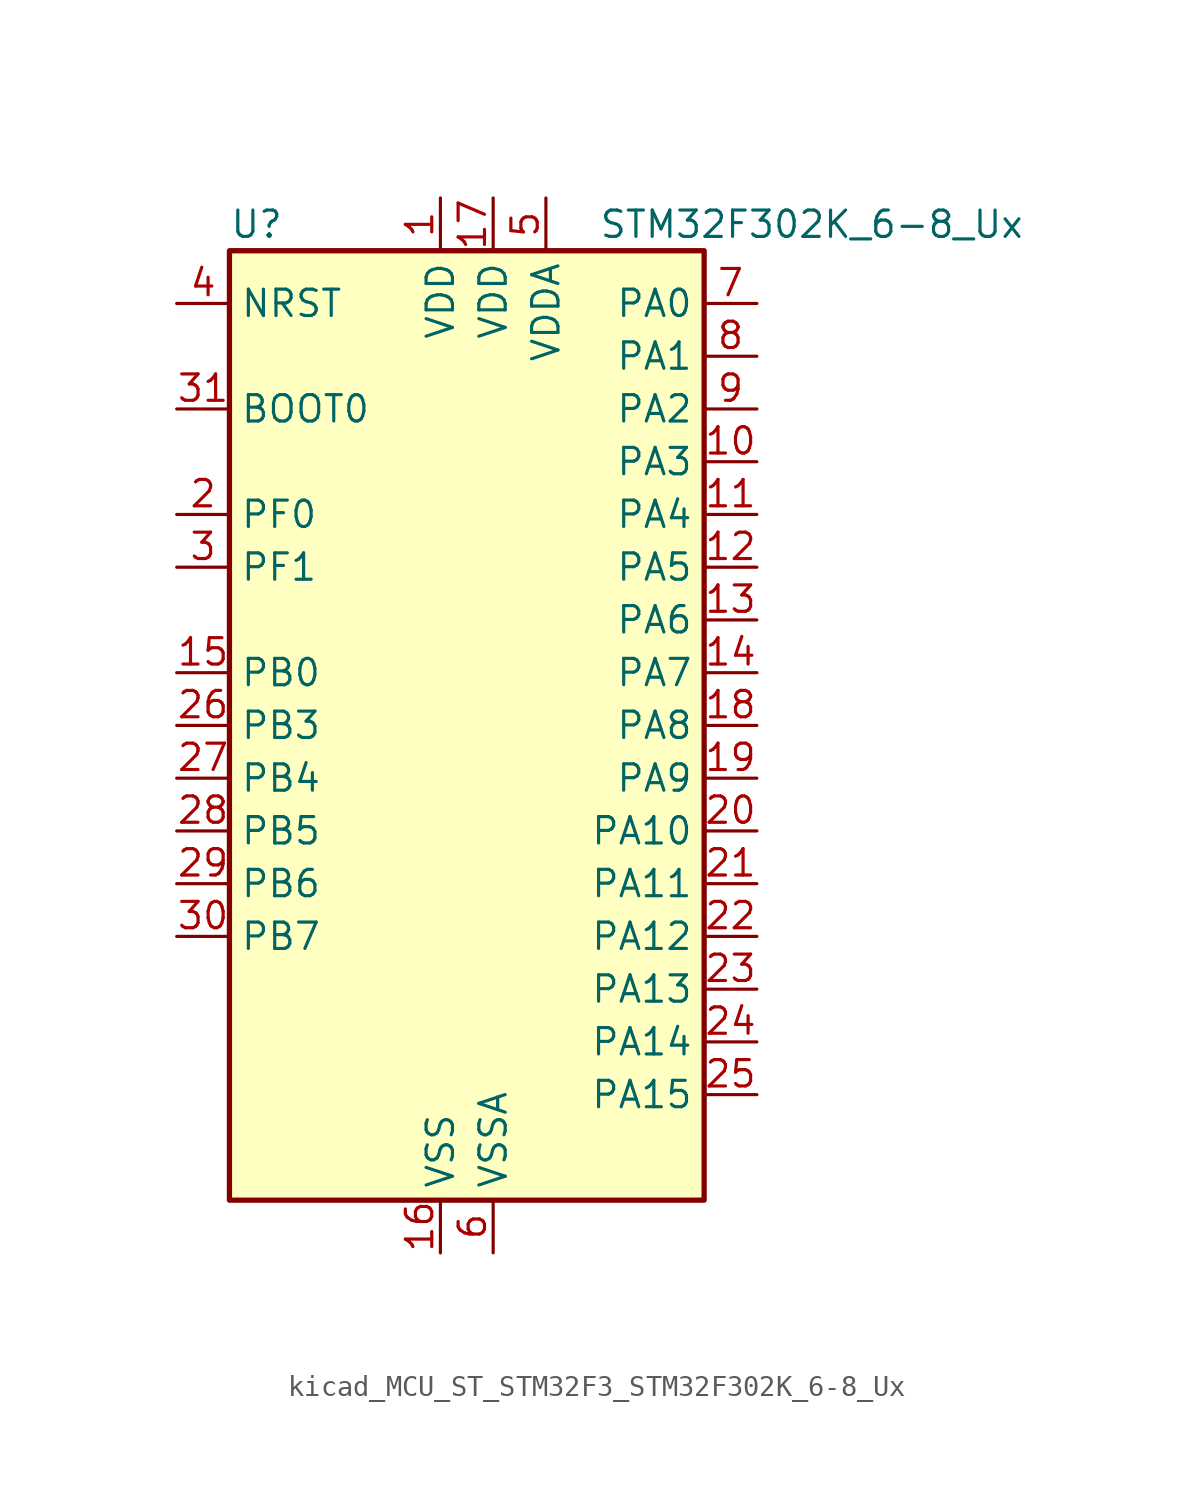
<source format=kicad_sym>
(kicad_symbol_lib
  (version 20220914)
  (generator kicad_symbol_editor)
  (symbol "kicad_MCU_ST_STM32F3_STM32F302K_6-8_Ux"
    (property "Reference" "U"
      (at -10.16 24.13 0)
      (effects (font (size 1.27 1.27)) (justify left)))
    (property "Value" "STM32F302K_6-8_Ux"
      (at 7.62 24.13 0)
      (effects (font (size 1.27 1.27)) (justify left)))
    (property "ki_locked" ""
      (at 0 0 0)
      (effects (font (size 1.27 1.27))))
    (symbol "kicad_MCU_ST_STM32F3_STM32F302K_6-8_Ux_0_1"
      (rectangle (start -10.16 -22.86) (end 12.7 22.86) (stroke (width 0.254) (type default)) (fill (type background))))
    (symbol "kicad_MCU_ST_STM32F3_STM32F302K_6-8_Ux_1_1"
      (pin power_in line (at 0 25.4 270) (length 2.54) (name "VDD" (effects (font (size 1.27 1.27)))) (number "1" (effects (font (size 1.27 1.27)))))
      (pin bidirectional line (at 15.24 12.7 180) (length 2.54) (name "PA3" (effects (font (size 1.27 1.27)))) (number "10" (effects (font (size 1.27 1.27)))) (alternate "ADC1_IN4" bidirectional line) (alternate "TIM15_CH2" bidirectional line) (alternate "TIM2_CH4" bidirectional line) (alternate "TSC_G1_IO4" bidirectional line) (alternate "USART2_RX" bidirectional line))
      (pin bidirectional line (at 15.24 10.16 180) (length 2.54) (name "PA4" (effects (font (size 1.27 1.27)))) (number "11" (effects (font (size 1.27 1.27)))) (alternate "ADC1_IN5" bidirectional line) (alternate "COMP2_INM" bidirectional line) (alternate "COMP4_INM" bidirectional line) (alternate "DAC_OUT1" bidirectional line) (alternate "I2S3_WS" bidirectional line) (alternate "SPI3_NSS" bidirectional line) (alternate "TSC_G2_IO1" bidirectional line) (alternate "USART2_CK" bidirectional line))
      (pin bidirectional line (at 15.24 7.62 180) (length 2.54) (name "PA5" (effects (font (size 1.27 1.27)))) (number "12" (effects (font (size 1.27 1.27)))) (alternate "OPAMP2_VINM" bidirectional line) (alternate "OPAMP2_VINM_SEC" bidirectional line) (alternate "TIM2_CH1" bidirectional line) (alternate "TIM2_ETR" bidirectional line) (alternate "TSC_G2_IO2" bidirectional line))
      (pin bidirectional line (at 15.24 5.08 180) (length 2.54) (name "PA6" (effects (font (size 1.27 1.27)))) (number "13" (effects (font (size 1.27 1.27)))) (alternate "ADC1_IN10" bidirectional line) (alternate "OPAMP2_VOUT" bidirectional line) (alternate "TIM16_CH1" bidirectional line) (alternate "TIM1_BKIN" bidirectional line) (alternate "TSC_G2_IO3" bidirectional line))
      (pin bidirectional line (at 15.24 2.54 180) (length 2.54) (name "PA7" (effects (font (size 1.27 1.27)))) (number "14" (effects (font (size 1.27 1.27)))) (alternate "ADC1_IN15" bidirectional line) (alternate "COMP2_INP" bidirectional line) (alternate "OPAMP2_VINP" bidirectional line) (alternate "OPAMP2_VINP_SEC" bidirectional line) (alternate "TIM17_CH1" bidirectional line) (alternate "TIM1_CH1N" bidirectional line) (alternate "TSC_G2_IO4" bidirectional line))
      (pin bidirectional line (at -12.7 2.54 0) (length 2.54) (name "PB0" (effects (font (size 1.27 1.27)))) (number "15" (effects (font (size 1.27 1.27)))) (alternate "ADC1_IN11" bidirectional line) (alternate "COMP4_INP" bidirectional line) (alternate "OPAMP2_VINP" bidirectional line) (alternate "OPAMP2_VINP_SEC" bidirectional line) (alternate "TIM1_CH2N" bidirectional line) (alternate "TSC_G3_IO2" bidirectional line))
      (pin power_in line (at 0 -25.4 90) (length 2.54) (name "VSS" (effects (font (size 1.27 1.27)))) (number "16" (effects (font (size 1.27 1.27)))))
      (pin power_in line (at 2.54 25.4 270) (length 2.54) (name "VDD" (effects (font (size 1.27 1.27)))) (number "17" (effects (font (size 1.27 1.27)))))
      (pin bidirectional line (at 15.24 0 180) (length 2.54) (name "PA8" (effects (font (size 1.27 1.27)))) (number "18" (effects (font (size 1.27 1.27)))) (alternate "I2C2_SMBA" bidirectional line) (alternate "I2C3_SCL" bidirectional line) (alternate "I2S2_MCK" bidirectional line) (alternate "RCC_MCO" bidirectional line) (alternate "TIM1_CH1" bidirectional line) (alternate "USART1_CK" bidirectional line))
      (pin bidirectional line (at 15.24 -2.54 180) (length 2.54) (name "PA9" (effects (font (size 1.27 1.27)))) (number "19" (effects (font (size 1.27 1.27)))) (alternate "DAC_EXTI9" bidirectional line) (alternate "I2C2_SCL" bidirectional line) (alternate "I2C3_SMBA" bidirectional line) (alternate "I2S3_MCK" bidirectional line) (alternate "TIM15_BKIN" bidirectional line) (alternate "TIM1_CH2" bidirectional line) (alternate "TIM2_CH3" bidirectional line) (alternate "TSC_G4_IO1" bidirectional line) (alternate "USART1_TX" bidirectional line))
      (pin bidirectional line (at -12.7 10.16 0) (length 2.54) (name "PF0" (effects (font (size 1.27 1.27)))) (number "2" (effects (font (size 1.27 1.27)))) (alternate "I2C2_SDA" bidirectional line) (alternate "I2S2_WS" bidirectional line) (alternate "RCC_OSC_IN" bidirectional line) (alternate "SPI2_NSS" bidirectional line) (alternate "TIM1_CH3N" bidirectional line))
      (pin bidirectional line (at 15.24 -5.08 180) (length 2.54) (name "PA10" (effects (font (size 1.27 1.27)))) (number "20" (effects (font (size 1.27 1.27)))) (alternate "I2C2_SDA" bidirectional line) (alternate "I2S2_ext_SD" bidirectional line) (alternate "SPI2_MISO" bidirectional line) (alternate "TIM17_BKIN" bidirectional line) (alternate "TIM1_CH3" bidirectional line) (alternate "TIM2_CH4" bidirectional line) (alternate "TSC_G4_IO2" bidirectional line) (alternate "USART1_RX" bidirectional line))
      (pin bidirectional line (at 15.24 -7.62 180) (length 2.54) (name "PA11" (effects (font (size 1.27 1.27)))) (number "21" (effects (font (size 1.27 1.27)))) (alternate "ADC1_EXTI11" bidirectional line) (alternate "CAN_RX" bidirectional line) (alternate "I2S2_SD" bidirectional line) (alternate "SPI2_MOSI" bidirectional line) (alternate "TIM1_BKIN2" bidirectional line) (alternate "TIM1_CH1N" bidirectional line) (alternate "TIM1_CH4" bidirectional line) (alternate "USART1_CTS" bidirectional line) (alternate "USB_DM" bidirectional line))
      (pin bidirectional line (at 15.24 -10.16 180) (length 2.54) (name "PA12" (effects (font (size 1.27 1.27)))) (number "22" (effects (font (size 1.27 1.27)))) (alternate "CAN_TX" bidirectional line) (alternate "COMP2_OUT" bidirectional line) (alternate "I2S_CKIN" bidirectional line) (alternate "TIM16_CH1" bidirectional line) (alternate "TIM1_CH2N" bidirectional line) (alternate "TIM1_ETR" bidirectional line) (alternate "USART1_DE" bidirectional line) (alternate "USART1_RTS" bidirectional line) (alternate "USB_DP" bidirectional line))
      (pin bidirectional line (at 15.24 -12.7 180) (length 2.54) (name "PA13" (effects (font (size 1.27 1.27)))) (number "23" (effects (font (size 1.27 1.27)))) (alternate "IR_OUT" bidirectional line) (alternate "SYS_JTMS-SWDIO" bidirectional line) (alternate "TIM16_CH1N" bidirectional line) (alternate "TSC_G4_IO3" bidirectional line))
      (pin bidirectional line (at 15.24 -15.24 180) (length 2.54) (name "PA14" (effects (font (size 1.27 1.27)))) (number "24" (effects (font (size 1.27 1.27)))) (alternate "I2C1_SDA" bidirectional line) (alternate "SYS_JTCK-SWCLK" bidirectional line) (alternate "TIM1_BKIN" bidirectional line) (alternate "TSC_G4_IO4" bidirectional line) (alternate "USART2_TX" bidirectional line))
      (pin bidirectional line (at 15.24 -17.78 180) (length 2.54) (name "PA15" (effects (font (size 1.27 1.27)))) (number "25" (effects (font (size 1.27 1.27)))) (alternate "ADC1_EXTI15" bidirectional line) (alternate "I2C1_SCL" bidirectional line) (alternate "I2S3_WS" bidirectional line) (alternate "SPI3_NSS" bidirectional line) (alternate "SYS_JTDI" bidirectional line) (alternate "TIM1_BKIN" bidirectional line) (alternate "TIM2_CH1" bidirectional line) (alternate "TIM2_ETR" bidirectional line) (alternate "TSC_SYNC" bidirectional line) (alternate "USART2_RX" bidirectional line))
      (pin bidirectional line (at -12.7 0 0) (length 2.54) (name "PB3" (effects (font (size 1.27 1.27)))) (number "26" (effects (font (size 1.27 1.27)))) (alternate "I2S3_CK" bidirectional line) (alternate "SPI3_SCK" bidirectional line) (alternate "SYS_JTDO-TRACESWO" bidirectional line) (alternate "TIM2_CH2" bidirectional line) (alternate "TSC_G5_IO1" bidirectional line) (alternate "USART2_TX" bidirectional line))
      (pin bidirectional line (at -12.7 -2.54 0) (length 2.54) (name "PB4" (effects (font (size 1.27 1.27)))) (number "27" (effects (font (size 1.27 1.27)))) (alternate "I2S3_ext_SD" bidirectional line) (alternate "SPI3_MISO" bidirectional line) (alternate "SYS_NJTRST" bidirectional line) (alternate "TIM16_CH1" bidirectional line) (alternate "TIM17_BKIN" bidirectional line) (alternate "TSC_G5_IO2" bidirectional line) (alternate "USART2_RX" bidirectional line))
      (pin bidirectional line (at -12.7 -5.08 0) (length 2.54) (name "PB5" (effects (font (size 1.27 1.27)))) (number "28" (effects (font (size 1.27 1.27)))) (alternate "I2C1_SMBA" bidirectional line) (alternate "I2C3_SDA" bidirectional line) (alternate "I2S3_SD" bidirectional line) (alternate "SPI3_MOSI" bidirectional line) (alternate "TIM16_BKIN" bidirectional line) (alternate "TIM17_CH1" bidirectional line) (alternate "USART2_CK" bidirectional line))
      (pin bidirectional line (at -12.7 -7.62 0) (length 2.54) (name "PB6" (effects (font (size 1.27 1.27)))) (number "29" (effects (font (size 1.27 1.27)))) (alternate "I2C1_SCL" bidirectional line) (alternate "TIM16_CH1N" bidirectional line) (alternate "TSC_G5_IO3" bidirectional line) (alternate "USART1_TX" bidirectional line))
      (pin bidirectional line (at -12.7 7.62 0) (length 2.54) (name "PF1" (effects (font (size 1.27 1.27)))) (number "3" (effects (font (size 1.27 1.27)))) (alternate "I2C2_SCL" bidirectional line) (alternate "I2S2_CK" bidirectional line) (alternate "RCC_OSC_OUT" bidirectional line) (alternate "SPI2_SCK" bidirectional line))
      (pin bidirectional line (at -12.7 -10.16 0) (length 2.54) (name "PB7" (effects (font (size 1.27 1.27)))) (number "30" (effects (font (size 1.27 1.27)))) (alternate "I2C1_SDA" bidirectional line) (alternate "TIM17_CH1N" bidirectional line) (alternate "TSC_G5_IO4" bidirectional line) (alternate "USART1_RX" bidirectional line))
      (pin input line (at -12.7 15.24 0) (length 2.54) (name "BOOT0" (effects (font (size 1.27 1.27)))) (number "31" (effects (font (size 1.27 1.27)))))
      (pin passive line (at 0 -25.4 90) (length 2.54) hide (name "VSS" (effects (font (size 1.27 1.27)))) (number "32" (effects (font (size 1.27 1.27)))))
      (pin passive line (at 0 -25.4 90) (length 2.54) hide (name "VSS" (effects (font (size 1.27 1.27)))) (number "33" (effects (font (size 1.27 1.27)))))
      (pin input line (at -12.7 20.32 0) (length 2.54) (name "NRST" (effects (font (size 1.27 1.27)))) (number "4" (effects (font (size 1.27 1.27)))))
      (pin power_in line (at 5.08 25.4 270) (length 2.54) (name "VDDA" (effects (font (size 1.27 1.27)))) (number "5" (effects (font (size 1.27 1.27)))))
      (pin power_in line (at 2.54 -25.4 90) (length 2.54) (name "VSSA" (effects (font (size 1.27 1.27)))) (number "6" (effects (font (size 1.27 1.27)))))
      (pin bidirectional line (at 15.24 20.32 180) (length 2.54) (name "PA0" (effects (font (size 1.27 1.27)))) (number "7" (effects (font (size 1.27 1.27)))) (alternate "ADC1_IN1" bidirectional line) (alternate "RTC_TAMP2" bidirectional line) (alternate "SYS_WKUP1" bidirectional line) (alternate "TIM2_CH1" bidirectional line) (alternate "TIM2_ETR" bidirectional line) (alternate "TSC_G1_IO1" bidirectional line) (alternate "USART2_CTS" bidirectional line))
      (pin bidirectional line (at 15.24 17.78 180) (length 2.54) (name "PA1" (effects (font (size 1.27 1.27)))) (number "8" (effects (font (size 1.27 1.27)))) (alternate "ADC1_IN2" bidirectional line) (alternate "RTC_REFIN" bidirectional line) (alternate "TIM15_CH1N" bidirectional line) (alternate "TIM2_CH2" bidirectional line) (alternate "TSC_G1_IO2" bidirectional line) (alternate "USART2_DE" bidirectional line) (alternate "USART2_RTS" bidirectional line))
      (pin bidirectional line (at 15.24 15.24 180) (length 2.54) (name "PA2" (effects (font (size 1.27 1.27)))) (number "9" (effects (font (size 1.27 1.27)))) (alternate "ADC1_IN3" bidirectional line) (alternate "COMP2_INM" bidirectional line) (alternate "COMP2_OUT" bidirectional line) (alternate "TIM15_CH1" bidirectional line) (alternate "TIM2_CH3" bidirectional line) (alternate "TSC_G1_IO3" bidirectional line) (alternate "USART2_TX" bidirectional line)))))
</source>
